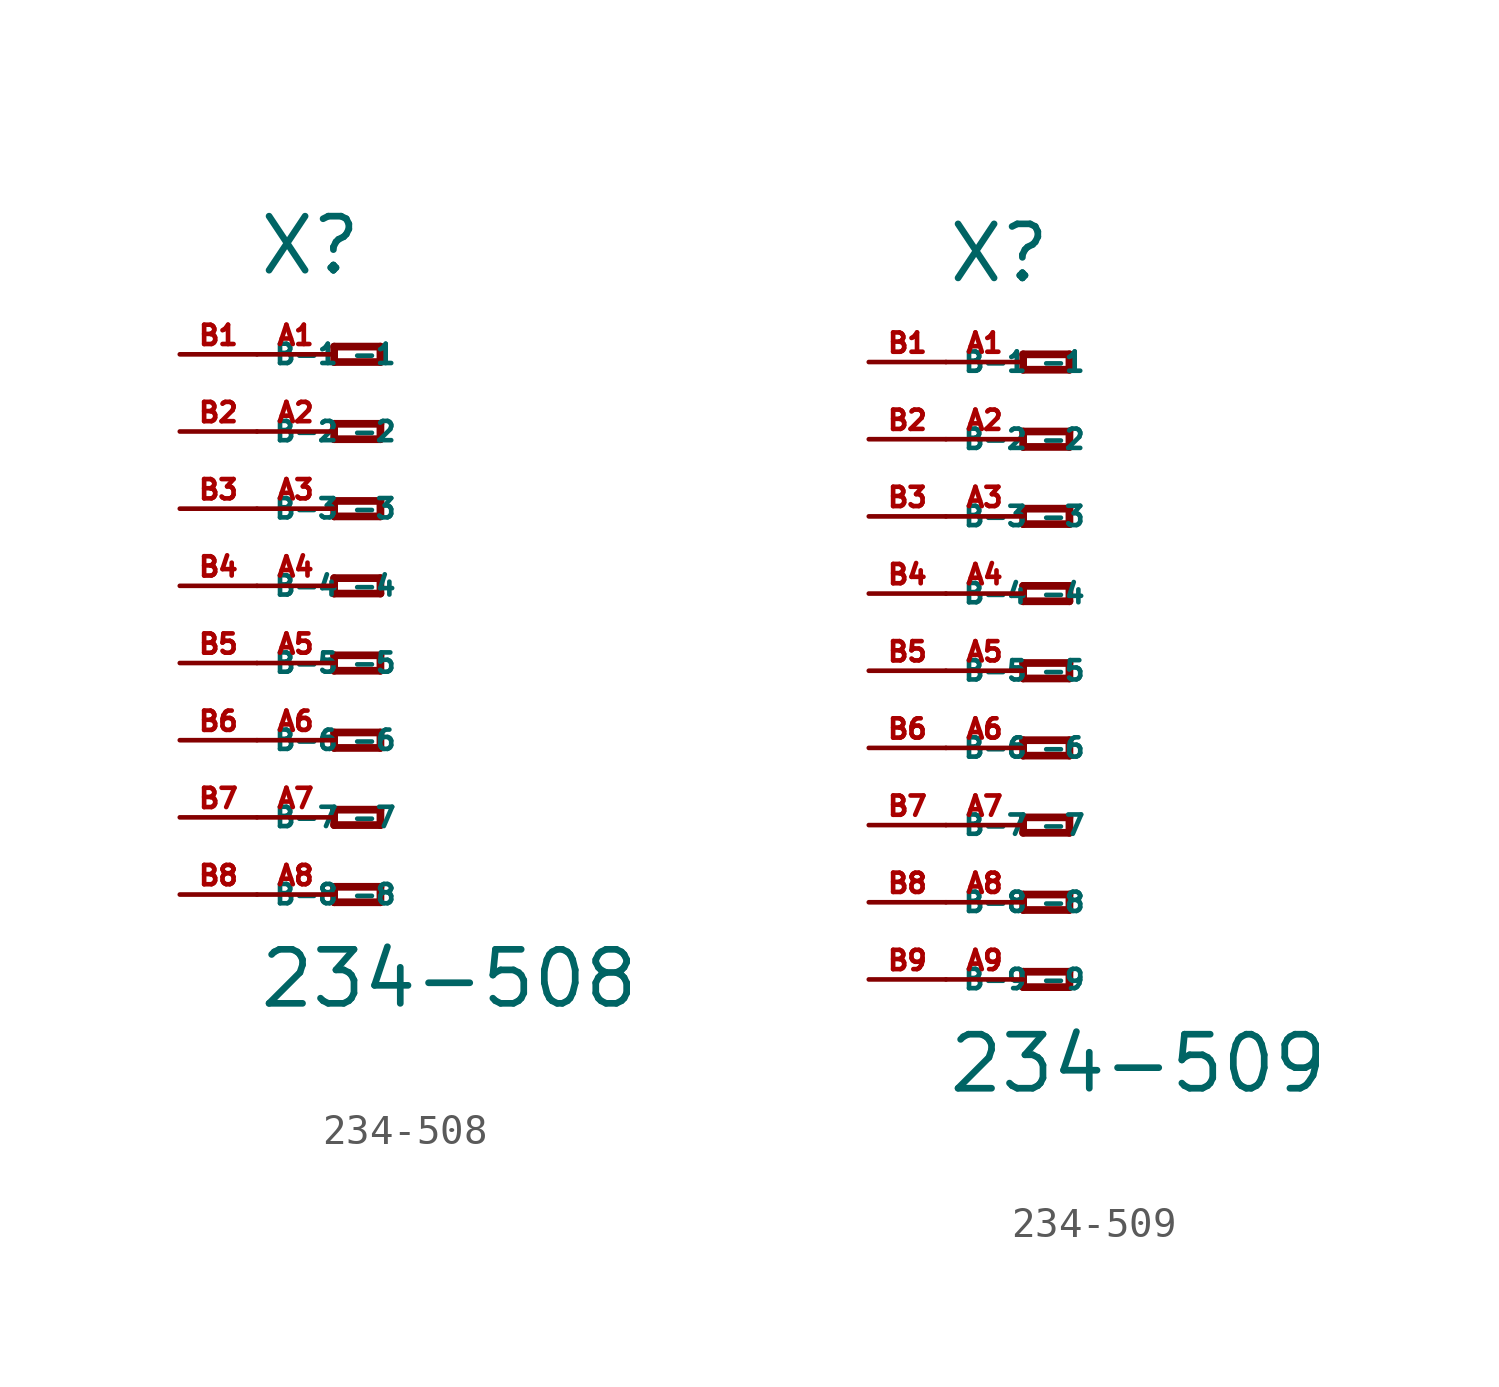
<source format=kicad_sym>
(kicad_symbol_lib
  (version 20220914)
  (generator Eagle2Kicad)
  (symbol "234-508"
    (property "Reference" "X"
      (at -5.08 10.16 0)
      (effects (font (size 1.778 1.778) (thickness 0.22)) (justify left bottom)))
    (property "Value" "234-508"
      (at -5.08 -13.97 0)
      (effects (font (size 1.778 1.778) (thickness 0.22)) (justify left bottom)))
    (polyline
      (pts (xy -2.54 7.874) (xy -2.54 7.366))
      (stroke (width 0.254) (type default))
      (fill (type none)))
    (polyline
      (pts (xy -2.54 7.366) (xy -1.016 7.366))
      (stroke (width 0.254) (type default))
      (fill (type none)))
    (polyline
      (pts (xy -1.016 7.366) (xy -1.016 7.874))
      (stroke (width 0.254) (type default))
      (fill (type none)))
    (polyline
      (pts (xy -1.016 7.874) (xy -2.54 7.874))
      (stroke (width 0.254) (type default))
      (fill (type none)))
    (polyline
      (pts (xy -2.54 5.334) (xy -2.54 4.826))
      (stroke (width 0.254) (type default))
      (fill (type none)))
    (polyline
      (pts (xy -2.54 4.826) (xy -1.016 4.826))
      (stroke (width 0.254) (type default))
      (fill (type none)))
    (polyline
      (pts (xy -1.016 4.826) (xy -1.016 5.334))
      (stroke (width 0.254) (type default))
      (fill (type none)))
    (polyline
      (pts (xy -1.016 5.334) (xy -2.54 5.334))
      (stroke (width 0.254) (type default))
      (fill (type none)))
    (polyline
      (pts (xy -2.54 2.794) (xy -2.54 2.286))
      (stroke (width 0.254) (type default))
      (fill (type none)))
    (polyline
      (pts (xy -2.54 2.286) (xy -1.016 2.286))
      (stroke (width 0.254) (type default))
      (fill (type none)))
    (polyline
      (pts (xy -1.016 2.286) (xy -1.016 2.794))
      (stroke (width 0.254) (type default))
      (fill (type none)))
    (polyline
      (pts (xy -1.016 2.794) (xy -2.54 2.794))
      (stroke (width 0.254) (type default))
      (fill (type none)))
    (polyline
      (pts (xy -2.54 0.254) (xy -2.54 -0.254))
      (stroke (width 0.254) (type default))
      (fill (type none)))
    (polyline
      (pts (xy -2.54 -0.254) (xy -1.016 -0.254))
      (stroke (width 0.254) (type default))
      (fill (type none)))
    (polyline
      (pts (xy -1.016 -0.254) (xy -1.016 0.254))
      (stroke (width 0.254) (type default))
      (fill (type none)))
    (polyline
      (pts (xy -1.016 0.254) (xy -2.54 0.254))
      (stroke (width 0.254) (type default))
      (fill (type none)))
    (polyline
      (pts (xy -2.54 -2.286) (xy -2.54 -2.794))
      (stroke (width 0.254) (type default))
      (fill (type none)))
    (polyline
      (pts (xy -2.54 -2.794) (xy -1.016 -2.794))
      (stroke (width 0.254) (type default))
      (fill (type none)))
    (polyline
      (pts (xy -1.016 -2.794) (xy -1.016 -2.286))
      (stroke (width 0.254) (type default))
      (fill (type none)))
    (polyline
      (pts (xy -1.016 -2.286) (xy -2.54 -2.286))
      (stroke (width 0.254) (type default))
      (fill (type none)))
    (polyline
      (pts (xy -2.54 -4.826) (xy -2.54 -5.334))
      (stroke (width 0.254) (type default))
      (fill (type none)))
    (polyline
      (pts (xy -2.54 -5.334) (xy -1.016 -5.334))
      (stroke (width 0.254) (type default))
      (fill (type none)))
    (polyline
      (pts (xy -1.016 -5.334) (xy -1.016 -4.826))
      (stroke (width 0.254) (type default))
      (fill (type none)))
    (polyline
      (pts (xy -1.016 -4.826) (xy -2.54 -4.826))
      (stroke (width 0.254) (type default))
      (fill (type none)))
    (polyline
      (pts (xy -2.54 -7.366) (xy -2.54 -7.874))
      (stroke (width 0.254) (type default))
      (fill (type none)))
    (polyline
      (pts (xy -2.54 -7.874) (xy -1.016 -7.874))
      (stroke (width 0.254) (type default))
      (fill (type none)))
    (polyline
      (pts (xy -1.016 -7.874) (xy -1.016 -7.366))
      (stroke (width 0.254) (type default))
      (fill (type none)))
    (polyline
      (pts (xy -1.016 -7.366) (xy -2.54 -7.366))
      (stroke (width 0.254) (type default))
      (fill (type none)))
    (polyline
      (pts (xy -2.54 -9.906) (xy -2.54 -10.414))
      (stroke (width 0.254) (type default))
      (fill (type none)))
    (polyline
      (pts (xy -2.54 -10.414) (xy -1.016 -10.414))
      (stroke (width 0.254) (type default))
      (fill (type none)))
    (polyline
      (pts (xy -1.016 -10.414) (xy -1.016 -9.906))
      (stroke (width 0.254) (type default))
      (fill (type none)))
    (polyline
      (pts (xy -1.016 -9.906) (xy -2.54 -9.906))
      (stroke (width 0.254) (type default))
      (fill (type none)))
    (pin passive line
      (at -5.08 7.62 0)
      (length 2.54)
      (name "-1" (effects (font (size 0.635 0.635) (thickness 0.08)) (justify left bottom)))
      (number "A1" (effects (font (size 0.635 0.635) (thickness 0.08)) (justify left bottom))))
    (pin passive line
      (at -5.08 5.08 0)
      (length 2.54)
      (name "-2" (effects (font (size 0.635 0.635) (thickness 0.08)) (justify left bottom)))
      (number "A2" (effects (font (size 0.635 0.635) (thickness 0.08)) (justify left bottom))))
    (pin passive line
      (at -5.08 2.54 0)
      (length 2.54)
      (name "-3" (effects (font (size 0.635 0.635) (thickness 0.08)) (justify left bottom)))
      (number "A3" (effects (font (size 0.635 0.635) (thickness 0.08)) (justify left bottom))))
    (pin passive line
      (at -5.08 0 0)
      (length 2.54)
      (name "-4" (effects (font (size 0.635 0.635) (thickness 0.08)) (justify left bottom)))
      (number "A4" (effects (font (size 0.635 0.635) (thickness 0.08)) (justify left bottom))))
    (pin passive line
      (at -5.08 -2.54 0)
      (length 2.54)
      (name "-5" (effects (font (size 0.635 0.635) (thickness 0.08)) (justify left bottom)))
      (number "A5" (effects (font (size 0.635 0.635) (thickness 0.08)) (justify left bottom))))
    (pin passive line
      (at -5.08 -5.08 0)
      (length 2.54)
      (name "-6" (effects (font (size 0.635 0.635) (thickness 0.08)) (justify left bottom)))
      (number "A6" (effects (font (size 0.635 0.635) (thickness 0.08)) (justify left bottom))))
    (pin passive line
      (at -5.08 -7.62 0)
      (length 2.54)
      (name "-7" (effects (font (size 0.635 0.635) (thickness 0.08)) (justify left bottom)))
      (number "A7" (effects (font (size 0.635 0.635) (thickness 0.08)) (justify left bottom))))
    (pin passive line
      (at -5.08 -10.16 0)
      (length 2.54)
      (name "-8" (effects (font (size 0.635 0.635) (thickness 0.08)) (justify left bottom)))
      (number "A8" (effects (font (size 0.635 0.635) (thickness 0.08)) (justify left bottom))))
    (pin passive line
      (at -7.62 -10.16 0)
      (length 2.54)
      (name "B-8" (effects (font (size 0.635 0.635) (thickness 0.08)) (justify left bottom)))
      (number "B8" (effects (font (size 0.635 0.635) (thickness 0.08)) (justify left bottom))))
    (pin passive line
      (at -7.62 7.62 0)
      (length 2.54)
      (name "B-1" (effects (font (size 0.635 0.635) (thickness 0.08)) (justify left bottom)))
      (number "B1" (effects (font (size 0.635 0.635) (thickness 0.08)) (justify left bottom))))
    (pin passive line
      (at -7.62 5.08 0)
      (length 2.54)
      (name "B-2" (effects (font (size 0.635 0.635) (thickness 0.08)) (justify left bottom)))
      (number "B2" (effects (font (size 0.635 0.635) (thickness 0.08)) (justify left bottom))))
    (pin passive line
      (at -7.62 2.54 0)
      (length 2.54)
      (name "B-3" (effects (font (size 0.635 0.635) (thickness 0.08)) (justify left bottom)))
      (number "B3" (effects (font (size 0.635 0.635) (thickness 0.08)) (justify left bottom))))
    (pin passive line
      (at -7.62 0 0)
      (length 2.54)
      (name "B-4" (effects (font (size 0.635 0.635) (thickness 0.08)) (justify left bottom)))
      (number "B4" (effects (font (size 0.635 0.635) (thickness 0.08)) (justify left bottom))))
    (pin passive line
      (at -7.62 -2.54 0)
      (length 2.54)
      (name "B-5" (effects (font (size 0.635 0.635) (thickness 0.08)) (justify left bottom)))
      (number "B5" (effects (font (size 0.635 0.635) (thickness 0.08)) (justify left bottom))))
    (pin passive line
      (at -7.62 -5.08 0)
      (length 2.54)
      (name "B-6" (effects (font (size 0.635 0.635) (thickness 0.08)) (justify left bottom)))
      (number "B6" (effects (font (size 0.635 0.635) (thickness 0.08)) (justify left bottom))))
    (pin passive line
      (at -7.62 -7.62 0)
      (length 2.54)
      (name "B-7" (effects (font (size 0.635 0.635) (thickness 0.08)) (justify left bottom)))
      (number "B7" (effects (font (size 0.635 0.635) (thickness 0.08)) (justify left bottom)))))
  (symbol "234-509"
    (property "Reference" "X"
      (at -5.08 12.7 0)
      (effects (font (size 1.778 1.778) (thickness 0.22)) (justify left bottom)))
    (property "Value" "234-509"
      (at -5.08 -13.97 0)
      (effects (font (size 1.778 1.778) (thickness 0.22)) (justify left bottom)))
    (polyline
      (pts (xy -2.54 10.414) (xy -2.54 9.906))
      (stroke (width 0.254) (type default))
      (fill (type none)))
    (polyline
      (pts (xy -2.54 9.906) (xy -1.016 9.906))
      (stroke (width 0.254) (type default))
      (fill (type none)))
    (polyline
      (pts (xy -1.016 9.906) (xy -1.016 10.414))
      (stroke (width 0.254) (type default))
      (fill (type none)))
    (polyline
      (pts (xy -1.016 10.414) (xy -2.54 10.414))
      (stroke (width 0.254) (type default))
      (fill (type none)))
    (polyline
      (pts (xy -2.54 7.874) (xy -2.54 7.366))
      (stroke (width 0.254) (type default))
      (fill (type none)))
    (polyline
      (pts (xy -2.54 7.366) (xy -1.016 7.366))
      (stroke (width 0.254) (type default))
      (fill (type none)))
    (polyline
      (pts (xy -1.016 7.366) (xy -1.016 7.874))
      (stroke (width 0.254) (type default))
      (fill (type none)))
    (polyline
      (pts (xy -1.016 7.874) (xy -2.54 7.874))
      (stroke (width 0.254) (type default))
      (fill (type none)))
    (polyline
      (pts (xy -2.54 5.334) (xy -2.54 4.826))
      (stroke (width 0.254) (type default))
      (fill (type none)))
    (polyline
      (pts (xy -2.54 4.826) (xy -1.016 4.826))
      (stroke (width 0.254) (type default))
      (fill (type none)))
    (polyline
      (pts (xy -1.016 4.826) (xy -1.016 5.334))
      (stroke (width 0.254) (type default))
      (fill (type none)))
    (polyline
      (pts (xy -1.016 5.334) (xy -2.54 5.334))
      (stroke (width 0.254) (type default))
      (fill (type none)))
    (polyline
      (pts (xy -2.54 2.794) (xy -2.54 2.286))
      (stroke (width 0.254) (type default))
      (fill (type none)))
    (polyline
      (pts (xy -2.54 2.286) (xy -1.016 2.286))
      (stroke (width 0.254) (type default))
      (fill (type none)))
    (polyline
      (pts (xy -1.016 2.286) (xy -1.016 2.794))
      (stroke (width 0.254) (type default))
      (fill (type none)))
    (polyline
      (pts (xy -1.016 2.794) (xy -2.54 2.794))
      (stroke (width 0.254) (type default))
      (fill (type none)))
    (polyline
      (pts (xy -2.54 0.254) (xy -2.54 -0.254))
      (stroke (width 0.254) (type default))
      (fill (type none)))
    (polyline
      (pts (xy -2.54 -0.254) (xy -1.016 -0.254))
      (stroke (width 0.254) (type default))
      (fill (type none)))
    (polyline
      (pts (xy -1.016 -0.254) (xy -1.016 0.254))
      (stroke (width 0.254) (type default))
      (fill (type none)))
    (polyline
      (pts (xy -1.016 0.254) (xy -2.54 0.254))
      (stroke (width 0.254) (type default))
      (fill (type none)))
    (polyline
      (pts (xy -2.54 -2.286) (xy -2.54 -2.794))
      (stroke (width 0.254) (type default))
      (fill (type none)))
    (polyline
      (pts (xy -2.54 -2.794) (xy -1.016 -2.794))
      (stroke (width 0.254) (type default))
      (fill (type none)))
    (polyline
      (pts (xy -1.016 -2.794) (xy -1.016 -2.286))
      (stroke (width 0.254) (type default))
      (fill (type none)))
    (polyline
      (pts (xy -1.016 -2.286) (xy -2.54 -2.286))
      (stroke (width 0.254) (type default))
      (fill (type none)))
    (polyline
      (pts (xy -2.54 -4.826) (xy -2.54 -5.334))
      (stroke (width 0.254) (type default))
      (fill (type none)))
    (polyline
      (pts (xy -2.54 -5.334) (xy -1.016 -5.334))
      (stroke (width 0.254) (type default))
      (fill (type none)))
    (polyline
      (pts (xy -1.016 -5.334) (xy -1.016 -4.826))
      (stroke (width 0.254) (type default))
      (fill (type none)))
    (polyline
      (pts (xy -1.016 -4.826) (xy -2.54 -4.826))
      (stroke (width 0.254) (type default))
      (fill (type none)))
    (polyline
      (pts (xy -2.54 -7.366) (xy -2.54 -7.874))
      (stroke (width 0.254) (type default))
      (fill (type none)))
    (polyline
      (pts (xy -2.54 -7.874) (xy -1.016 -7.874))
      (stroke (width 0.254) (type default))
      (fill (type none)))
    (polyline
      (pts (xy -1.016 -7.874) (xy -1.016 -7.366))
      (stroke (width 0.254) (type default))
      (fill (type none)))
    (polyline
      (pts (xy -1.016 -7.366) (xy -2.54 -7.366))
      (stroke (width 0.254) (type default))
      (fill (type none)))
    (polyline
      (pts (xy -2.54 -9.906) (xy -2.54 -10.414))
      (stroke (width 0.254) (type default))
      (fill (type none)))
    (polyline
      (pts (xy -2.54 -10.414) (xy -1.016 -10.414))
      (stroke (width 0.254) (type default))
      (fill (type none)))
    (polyline
      (pts (xy -1.016 -10.414) (xy -1.016 -9.906))
      (stroke (width 0.254) (type default))
      (fill (type none)))
    (polyline
      (pts (xy -1.016 -9.906) (xy -2.54 -9.906))
      (stroke (width 0.254) (type default))
      (fill (type none)))
    (pin passive line
      (at -5.08 10.16 0)
      (length 2.54)
      (name "-1" (effects (font (size 0.635 0.635) (thickness 0.08)) (justify left bottom)))
      (number "A1" (effects (font (size 0.635 0.635) (thickness 0.08)) (justify left bottom))))
    (pin passive line
      (at -5.08 7.62 0)
      (length 2.54)
      (name "-2" (effects (font (size 0.635 0.635) (thickness 0.08)) (justify left bottom)))
      (number "A2" (effects (font (size 0.635 0.635) (thickness 0.08)) (justify left bottom))))
    (pin passive line
      (at -5.08 5.08 0)
      (length 2.54)
      (name "-3" (effects (font (size 0.635 0.635) (thickness 0.08)) (justify left bottom)))
      (number "A3" (effects (font (size 0.635 0.635) (thickness 0.08)) (justify left bottom))))
    (pin passive line
      (at -5.08 2.54 0)
      (length 2.54)
      (name "-4" (effects (font (size 0.635 0.635) (thickness 0.08)) (justify left bottom)))
      (number "A4" (effects (font (size 0.635 0.635) (thickness 0.08)) (justify left bottom))))
    (pin passive line
      (at -5.08 0 0)
      (length 2.54)
      (name "-5" (effects (font (size 0.635 0.635) (thickness 0.08)) (justify left bottom)))
      (number "A5" (effects (font (size 0.635 0.635) (thickness 0.08)) (justify left bottom))))
    (pin passive line
      (at -5.08 -2.54 0)
      (length 2.54)
      (name "-6" (effects (font (size 0.635 0.635) (thickness 0.08)) (justify left bottom)))
      (number "A6" (effects (font (size 0.635 0.635) (thickness 0.08)) (justify left bottom))))
    (pin passive line
      (at -5.08 -5.08 0)
      (length 2.54)
      (name "-7" (effects (font (size 0.635 0.635) (thickness 0.08)) (justify left bottom)))
      (number "A7" (effects (font (size 0.635 0.635) (thickness 0.08)) (justify left bottom))))
    (pin passive line
      (at -5.08 -7.62 0)
      (length 2.54)
      (name "-8" (effects (font (size 0.635 0.635) (thickness 0.08)) (justify left bottom)))
      (number "A8" (effects (font (size 0.635 0.635) (thickness 0.08)) (justify left bottom))))
    (pin passive line
      (at -5.08 -10.16 0)
      (length 2.54)
      (name "-9" (effects (font (size 0.635 0.635) (thickness 0.08)) (justify left bottom)))
      (number "A9" (effects (font (size 0.635 0.635) (thickness 0.08)) (justify left bottom))))
    (pin passive line
      (at -7.62 -10.16 0)
      (length 2.54)
      (name "B-9" (effects (font (size 0.635 0.635) (thickness 0.08)) (justify left bottom)))
      (number "B9" (effects (font (size 0.635 0.635) (thickness 0.08)) (justify left bottom))))
    (pin passive line
      (at -7.62 10.16 0)
      (length 2.54)
      (name "B-1" (effects (font (size 0.635 0.635) (thickness 0.08)) (justify left bottom)))
      (number "B1" (effects (font (size 0.635 0.635) (thickness 0.08)) (justify left bottom))))
    (pin passive line
      (at -7.62 7.62 0)
      (length 2.54)
      (name "B-2" (effects (font (size 0.635 0.635) (thickness 0.08)) (justify left bottom)))
      (number "B2" (effects (font (size 0.635 0.635) (thickness 0.08)) (justify left bottom))))
    (pin passive line
      (at -7.62 5.08 0)
      (length 2.54)
      (name "B-3" (effects (font (size 0.635 0.635) (thickness 0.08)) (justify left bottom)))
      (number "B3" (effects (font (size 0.635 0.635) (thickness 0.08)) (justify left bottom))))
    (pin passive line
      (at -7.62 2.54 0)
      (length 2.54)
      (name "B-4" (effects (font (size 0.635 0.635) (thickness 0.08)) (justify left bottom)))
      (number "B4" (effects (font (size 0.635 0.635) (thickness 0.08)) (justify left bottom))))
    (pin passive line
      (at -7.62 0 0)
      (length 2.54)
      (name "B-5" (effects (font (size 0.635 0.635) (thickness 0.08)) (justify left bottom)))
      (number "B5" (effects (font (size 0.635 0.635) (thickness 0.08)) (justify left bottom))))
    (pin passive line
      (at -7.62 -2.54 0)
      (length 2.54)
      (name "B-6" (effects (font (size 0.635 0.635) (thickness 0.08)) (justify left bottom)))
      (number "B6" (effects (font (size 0.635 0.635) (thickness 0.08)) (justify left bottom))))
    (pin passive line
      (at -7.62 -5.08 0)
      (length 2.54)
      (name "B-7" (effects (font (size 0.635 0.635) (thickness 0.08)) (justify left bottom)))
      (number "B7" (effects (font (size 0.635 0.635) (thickness 0.08)) (justify left bottom))))
    (pin passive line
      (at -7.62 -7.62 0)
      (length 2.54)
      (name "B-8" (effects (font (size 0.635 0.635) (thickness 0.08)) (justify left bottom)))
      (number "B8" (effects (font (size 0.635 0.635) (thickness 0.08)) (justify left bottom))))))
</source>
